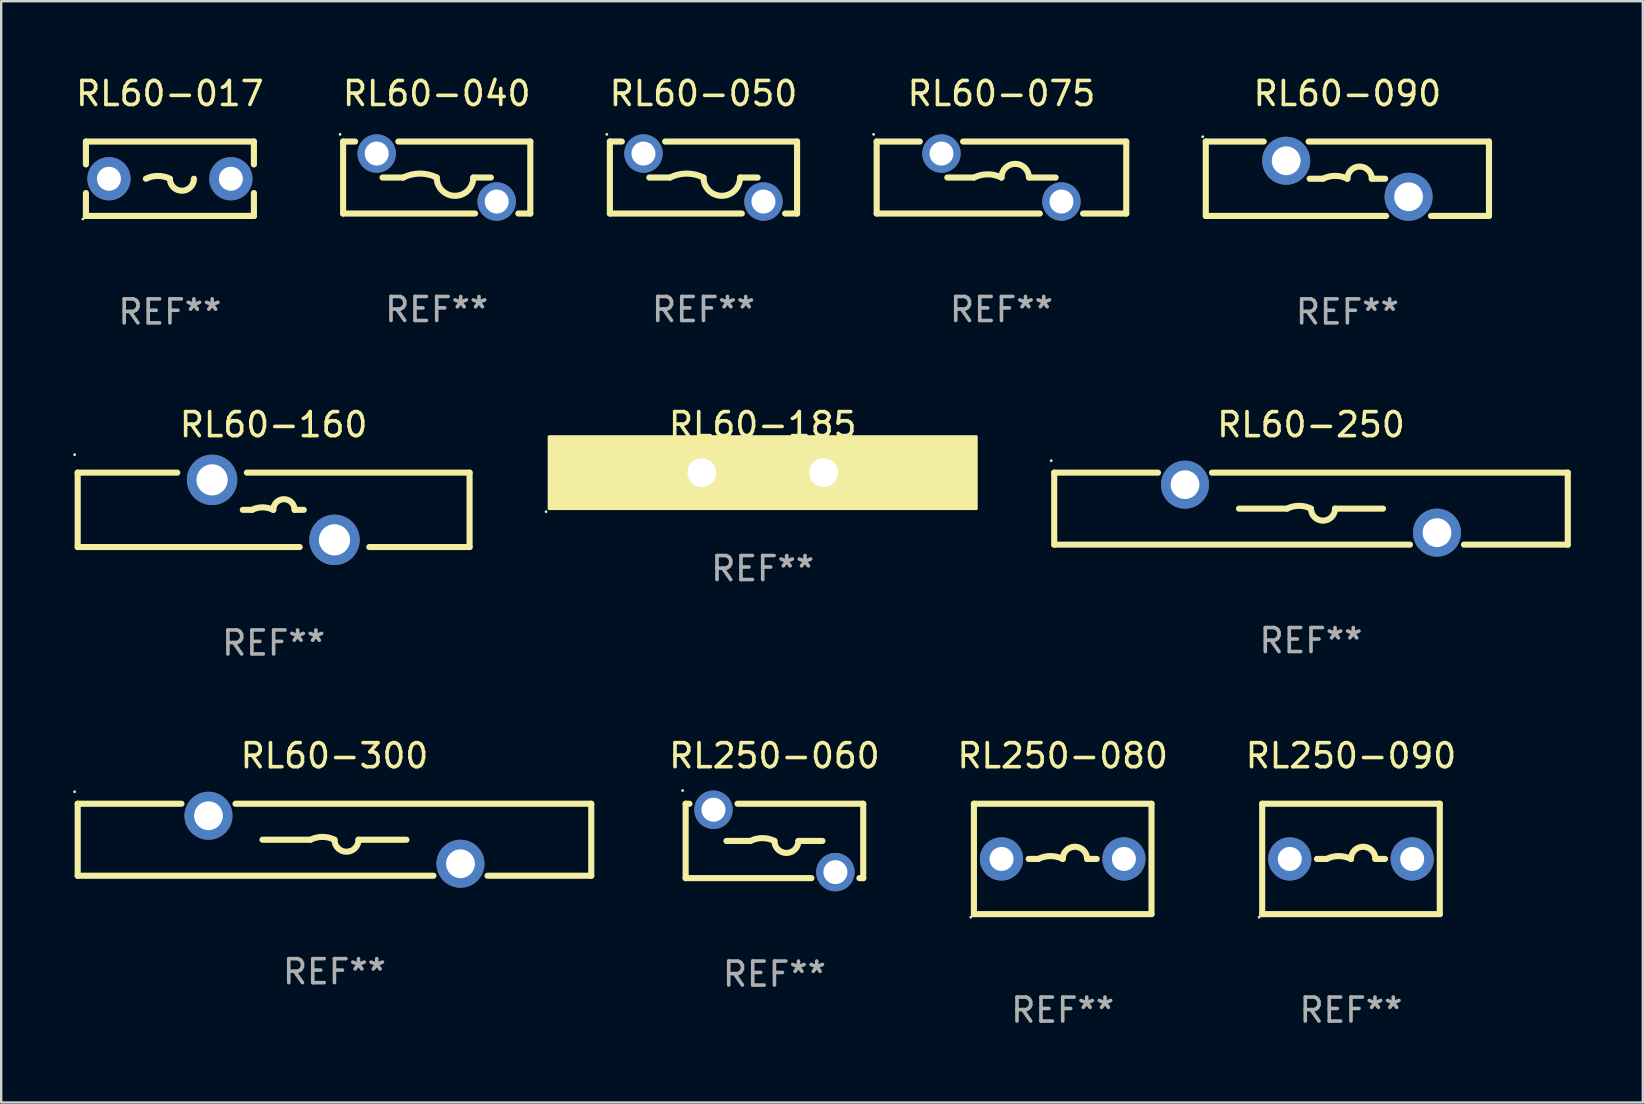
<source format=kicad_pcb>
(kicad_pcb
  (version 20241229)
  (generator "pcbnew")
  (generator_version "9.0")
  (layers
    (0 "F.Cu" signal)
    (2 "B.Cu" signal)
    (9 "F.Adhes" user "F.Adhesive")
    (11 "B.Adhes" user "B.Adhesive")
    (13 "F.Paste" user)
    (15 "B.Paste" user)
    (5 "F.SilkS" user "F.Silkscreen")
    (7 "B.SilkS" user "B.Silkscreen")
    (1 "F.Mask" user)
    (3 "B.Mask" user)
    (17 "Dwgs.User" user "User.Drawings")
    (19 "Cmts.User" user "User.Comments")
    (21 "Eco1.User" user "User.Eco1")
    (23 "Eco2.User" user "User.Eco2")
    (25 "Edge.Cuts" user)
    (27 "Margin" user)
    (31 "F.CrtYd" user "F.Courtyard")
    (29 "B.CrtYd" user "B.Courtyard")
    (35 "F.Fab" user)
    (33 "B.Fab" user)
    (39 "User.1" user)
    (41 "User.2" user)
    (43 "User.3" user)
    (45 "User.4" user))
  (footprint "RL250-080"
    (layer "F.Cu")
    (at 41.232 32.741)
    (property "Reference" "RL250-080" (at 0 -4.3 0) (layer "F.SilkS") (effects (font (size 1 1) (thickness 0.15))))
    (attr through_hole)
    (fp_line (start -3.7 -2.3) (end 3.7 -2.3) (stroke (width 0.254) (type solid)) (layer "F.SilkS"))
    (fp_line (start -3.7 2.3) (end -3.7 -2.3) (stroke (width 0.254) (type solid)) (layer "F.SilkS"))
    (fp_line (start -1.419 0) (end -1.016 0) (stroke (width 0.254) (type solid)) (layer "F.SilkS"))
    (fp_line (start 1.419 0) (end 1.016 0) (stroke (width 0.254) (type solid)) (layer "F.SilkS"))
    (fp_line (start 3.7 -2.3) (end 3.7 2.3) (stroke (width 0.254) (type solid)) (layer "F.SilkS"))
    (fp_line (start 3.7 2.3) (end -3.7 2.3) (stroke (width 0.254) (type solid)) (layer "F.SilkS"))
    (fp_arc (start -1.016002 0) (mid -0.508001 -0.119923) (end 0 0) (stroke (width 0.254001) (type solid)) (layer "F.SilkS"))
    (fp_arc (start 0 0) (mid 0.508001 -0.508001) (end 1.016002 0) (stroke (width 0.254001) (type solid)) (layer "F.SilkS"))
    (fp_circle (center -3.827 2.427) (end -3.797 2.427) (stroke (width 0.06) (type solid)) (fill no) (layer "F.SilkS"))
    (fp_text user "REF**" (at 0 6.3 0) (layer "F.Fab") (effects (font (size 1 1) (thickness 0.15))))
    (pad "1" thru_hole circle (at -2.55 0) (size 1.8 1.8) (drill 1) (layers "*.Cu" "*.Mask"))
    (pad "2" thru_hole circle (at 2.55 0) (size 1.8 1.8) (drill 1) (layers "*.Cu" "*.Mask")))
  (footprint "RL60-017"
    (layer "F.Cu")
    (at 4.03 4.398)
    (property "Reference" "RL60-017" (at 0 -3.55 0) (layer "F.SilkS") (effects (font (size 1 1) (thickness 0.15))))
    (attr through_hole)
    (fp_line (start -3.5 -1.55) (end -3.5 -0.596) (stroke (width 0.254) (type solid)) (layer "F.SilkS"))
    (fp_line (start -3.5 -1.55) (end 3.5 -1.55) (stroke (width 0.254) (type solid)) (layer "F.SilkS"))
    (fp_line (start -3.5 0.596) (end -3.5 1.55) (stroke (width 0.254) (type solid)) (layer "F.SilkS"))
    (fp_line (start 3.5 -1.55) (end 3.5 -0.596) (stroke (width 0.254) (type solid)) (layer "F.SilkS"))
    (fp_line (start 3.5 0.596) (end 3.5 1.55) (stroke (width 0.254) (type solid)) (layer "F.SilkS"))
    (fp_line (start 3.5 1.55) (end -3.5 1.55) (stroke (width 0.254) (type solid)) (layer "F.SilkS"))
    (fp_arc (start -1.000762 0) (mid -0.500381 -0.118151) (end 0 0) (stroke (width 0.254001) (type solid)) (layer "F.SilkS"))
    (fp_arc (start 1.000762 0) (mid 0.500381 0.500127) (end 0 0) (stroke (width 0.254001) (type solid)) (layer "F.SilkS"))
    (fp_circle (center -3.627 1.677) (end -3.597 1.677) (stroke (width 0.06) (type solid)) (fill no) (layer "F.SilkS"))
    (fp_text user "REF**" (at 0 5.55 0) (layer "F.Fab") (effects (font (size 1 1) (thickness 0.15))))
    (pad "1" thru_hole circle (at -2.54 0) (size 1.8 1.8) (drill 1) (layers "*.Cu" "*.Mask"))
    (pad "2" thru_hole circle (at 2.54 0) (size 1.8 1.8) (drill 1) (layers "*.Cu" "*.Mask")))
  (footprint "RL60-050"
    (layer "F.Cu")
    (at 26.263 4.348)
    (property "Reference" "RL60-050" (at 0 -3.5 0) (layer "F.SilkS") (effects (font (size 1 1) (thickness 0.15))))
    (attr through_hole)
    (fp_line (start -3.9 -1.5) (end -3.401 -1.5) (stroke (width 0.254) (type solid)) (layer "F.SilkS"))
    (fp_line (start -3.9 1.5) (end -3.9 -1.5) (stroke (width 0.254) (type solid)) (layer "F.SilkS"))
    (fp_line (start -3.9 1.5) (end 1.599 1.5) (stroke (width 0.254) (type solid)) (layer "F.SilkS"))
    (fp_line (start -2.257 0.000127) (end -1.397 0.000127) (stroke (width 0.254) (type solid)) (layer "F.SilkS"))
    (fp_line (start -1.599 -1.5) (end 3.9 -1.5) (stroke (width 0.254) (type solid)) (layer "F.SilkS"))
    (fp_line (start 2.257 0.000127) (end 1.524 0.000127) (stroke (width 0.254) (type solid)) (layer "F.SilkS"))
    (fp_line (start 3.401 1.5) (end 3.9 1.5) (stroke (width 0.254) (type solid)) (layer "F.SilkS"))
    (fp_line (start 3.9 -1.5) (end 3.9 1.5) (stroke (width 0.254) (type solid)) (layer "F.SilkS"))
    (fp_arc (start -1.397003 0.000127) (mid -0.698501 -0.164767) (end 0 0.000127) (stroke (width 0.254001) (type solid)) (layer "F.SilkS"))
    (fp_arc (start 1.524003 0.000127) (mid 0.762129 0.761443) (end 0.000635 -0.000253) (stroke (width 0.254001) (type solid)) (layer "F.SilkS"))
    (fp_circle (center -4.027 -1.8) (end -3.997 -1.8) (stroke (width 0.06) (type solid)) (fill no) (layer "F.SilkS"))
    (fp_text user "REF**" (at 0 5.5 0) (layer "F.Fab") (effects (font (size 1 1) (thickness 0.15))))
    (pad "1" thru_hole circle (at -2.5 -1) (size 1.6 1.6) (drill 1) (layers "*.Cu" "*.Mask"))
    (pad "2" thru_hole circle (at 2.5 1) (size 1.6 1.6) (drill 1) (layers "*.Cu" "*.Mask")))
  (footprint "RL60-300"
    (layer "F.Cu")
    (at 10.887 31.941)
    (property "Reference" "RL60-300" (at 0 -3.5 0) (layer "F.SilkS") (effects (font (size 1 1) (thickness 0.15))))
    (attr through_hole)
    (fp_line (start -10.7 -1.5) (end -6.375 -1.5) (stroke (width 0.254) (type solid)) (layer "F.SilkS"))
    (fp_line (start -10.7 1.5) (end -10.7 -1.5) (stroke (width 0.254) (type solid)) (layer "F.SilkS"))
    (fp_line (start -10.7 1.5) (end 4.125 1.5) (stroke (width 0.254) (type solid)) (layer "F.SilkS"))
    (fp_line (start -4.125 -1.5) (end 10.7 -1.5) (stroke (width 0.254) (type solid)) (layer "F.SilkS"))
    (fp_line (start -1 -0.000127) (end -3 -0.000127) (stroke (width 0.254) (type solid)) (layer "F.SilkS"))
    (fp_line (start 1 -0.000127) (end 3 -0.000127) (stroke (width 0.254) (type solid)) (layer "F.SilkS"))
    (fp_line (start 6.375 1.5) (end 10.7 1.5) (stroke (width 0.254) (type solid)) (layer "F.SilkS"))
    (fp_line (start 10.7 -1.5) (end 10.7 1.5) (stroke (width 0.254) (type solid)) (layer "F.SilkS"))
    (fp_arc (start -1 -0.000127) (mid -0.5 -0.118148) (end 0 -0.000127) (stroke (width 0.254001) (type solid)) (layer "F.SilkS"))
    (fp_arc (start 1.000762 -0.000127) (mid 0.500381 0.5) (end 0 -0.000127) (stroke (width 0.254001) (type solid)) (layer "F.SilkS"))
    (fp_circle (center -10.827 -2) (end -10.797 -2) (stroke (width 0.06) (type solid)) (fill no) (layer "F.SilkS"))
    (fp_text user "REF**" (at 0 5.5 0) (layer "F.Fab") (effects (font (size 1 1) (thickness 0.15))))
    (pad "1" thru_hole circle (at -5.25 -1) (size 2 2) (drill 1.2) (layers "*.Cu" "*.Mask"))
    (pad "2" thru_hole circle (at 5.25 1) (size 2 2) (drill 1.2) (layers "*.Cu" "*.Mask")))
  (footprint "RL60-075"
    (layer "F.Cu")
    (at 38.68 4.348)
    (property "Reference" "RL60-075" (at 0 -3.5 0) (layer "F.SilkS") (effects (font (size 1 1) (thickness 0.15))))
    (attr through_hole)
    (fp_line (start -5.2 -1.5) (end -3.401 -1.5) (stroke (width 0.254) (type solid)) (layer "F.SilkS"))
    (fp_line (start -5.2 1.5) (end -5.2 -1.5) (stroke (width 0.254) (type solid)) (layer "F.SilkS"))
    (fp_line (start -5.2 1.5) (end 1.599 1.5) (stroke (width 0.254) (type solid)) (layer "F.SilkS"))
    (fp_line (start -2.257 0.000127) (end -1.143 0.000127) (stroke (width 0.254) (type solid)) (layer "F.SilkS"))
    (fp_line (start -1.599 -1.5) (end 5.2 -1.5) (stroke (width 0.254) (type solid)) (layer "F.SilkS"))
    (fp_line (start 1.172 0.000127) (end 2.257 0.000127) (stroke (width 0.254) (type solid)) (layer "F.SilkS"))
    (fp_line (start 3.401 1.5) (end 5.2 1.5) (stroke (width 0.254) (type solid)) (layer "F.SilkS"))
    (fp_line (start 5.2 -1.5) (end 5.2 1.5) (stroke (width 0.254) (type solid)) (layer "F.SilkS"))
    (fp_arc (start -1.143002 0.000127) (mid -0.571501 -0.134786) (end 0 0.000127) (stroke (width 0.254001) (type solid)) (layer "F.SilkS"))
    (fp_arc (start 0 0.000127) (mid 0.571501 -0.571374) (end 1.143002 0.000127) (stroke (width 0.254001) (type solid)) (layer "F.SilkS"))
    (fp_circle (center -5.327 -1.8) (end -5.297 -1.8) (stroke (width 0.06) (type solid)) (fill no) (layer "F.SilkS"))
    (fp_text user "REF**" (at 0 5.5 0) (layer "F.Fab") (effects (font (size 1 1) (thickness 0.15))))
    (pad "1" thru_hole circle (at -2.5 -1) (size 1.6 1.6) (drill 1) (layers "*.Cu" "*.Mask"))
    (pad "2" thru_hole circle (at 2.5 1) (size 1.6 1.6) (drill 1) (layers "*.Cu" "*.Mask")))
  (footprint "RL60-250"
    (layer "F.Cu")
    (at 51.578 18.145)
    (property "Reference" "RL60-250" (at 0 -3.5 0) (layer "F.SilkS") (effects (font (size 1 1) (thickness 0.15))))
    (attr through_hole)
    (fp_line (start -10.7 -1.5) (end -6.375 -1.5) (stroke (width 0.254) (type solid)) (layer "F.SilkS"))
    (fp_line (start -10.7 1.5) (end -10.7 -1.5) (stroke (width 0.254) (type solid)) (layer "F.SilkS"))
    (fp_line (start -10.7 1.5) (end 4.125 1.5) (stroke (width 0.254) (type solid)) (layer "F.SilkS"))
    (fp_line (start -4.125 -1.5) (end 10.7 -1.5) (stroke (width 0.254) (type solid)) (layer "F.SilkS"))
    (fp_line (start -1 -0.000127) (end -3 -0.000127) (stroke (width 0.254) (type solid)) (layer "F.SilkS"))
    (fp_line (start 1 -0.000127) (end 3 -0.000127) (stroke (width 0.254) (type solid)) (layer "F.SilkS"))
    (fp_line (start 6.375 1.5) (end 10.7 1.5) (stroke (width 0.254) (type solid)) (layer "F.SilkS"))
    (fp_line (start 10.7 -1.5) (end 10.7 1.5) (stroke (width 0.254) (type solid)) (layer "F.SilkS"))
    (fp_arc (start -1 -0.000127) (mid -0.5 -0.118148) (end 0 -0.000127) (stroke (width 0.254001) (type solid)) (layer "F.SilkS"))
    (fp_arc (start 1.000762 -0.000127) (mid 0.500381 0.5) (end 0 -0.000127) (stroke (width 0.254001) (type solid)) (layer "F.SilkS"))
    (fp_circle (center -10.827 -2) (end -10.797 -2) (stroke (width 0.06) (type solid)) (fill no) (layer "F.SilkS"))
    (fp_text user "REF**" (at 0 5.5 0) (layer "F.Fab") (effects (font (size 1 1) (thickness 0.15))))
    (pad "1" thru_hole circle (at -5.25 -1) (size 2 2) (drill 1.2) (layers "*.Cu" "*.Mask"))
    (pad "2" thru_hole circle (at 5.25 1) (size 2 2) (drill 1.2) (layers "*.Cu" "*.Mask")))
  (footprint "RL250-090"
    (layer "F.Cu")
    (at 53.244 32.741)
    (property "Reference" "RL250-090" (at 0 -4.3 0) (layer "F.SilkS") (effects (font (size 1 1) (thickness 0.15))))
    (attr through_hole)
    (fp_line (start -3.7 -2.3) (end 3.7 -2.3) (stroke (width 0.254) (type solid)) (layer "F.SilkS"))
    (fp_line (start -3.7 2.3) (end -3.7 -2.3) (stroke (width 0.254) (type solid)) (layer "F.SilkS"))
    (fp_line (start -1.419 0) (end -1.016 0) (stroke (width 0.254) (type solid)) (layer "F.SilkS"))
    (fp_line (start 1.419 0) (end 1.016 0) (stroke (width 0.254) (type solid)) (layer "F.SilkS"))
    (fp_line (start 3.7 -2.3) (end 3.7 2.3) (stroke (width 0.254) (type solid)) (layer "F.SilkS"))
    (fp_line (start 3.7 2.3) (end -3.7 2.3) (stroke (width 0.254) (type solid)) (layer "F.SilkS"))
    (fp_arc (start -1.016002 0) (mid -0.508001 -0.119923) (end 0 0) (stroke (width 0.254001) (type solid)) (layer "F.SilkS"))
    (fp_arc (start 0 0) (mid 0.508001 -0.508001) (end 1.016002 0) (stroke (width 0.254001) (type solid)) (layer "F.SilkS"))
    (fp_circle (center -3.827 2.427) (end -3.797 2.427) (stroke (width 0.06) (type solid)) (fill no) (layer "F.SilkS"))
    (fp_text user "REF**" (at 0 6.3 0) (layer "F.Fab") (effects (font (size 1 1) (thickness 0.15))))
    (pad "1" thru_hole circle (at -2.55 0) (size 1.8 1.8) (drill 1) (layers "*.Cu" "*.Mask"))
    (pad "2" thru_hole circle (at 2.55 0) (size 1.8 1.8) (drill 1) (layers "*.Cu" "*.Mask")))
  (footprint "RL60-090"
    (layer "F.Cu")
    (at 53.094 4.398)
    (property "Reference" "RL60-090" (at 0 -3.55 0) (layer "F.SilkS") (effects (font (size 1 1) (thickness 0.15))))
    (attr through_hole)
    (fp_line (start -5.9 -1.55) (end -3.485 -1.55) (stroke (width 0.254) (type solid)) (layer "F.SilkS"))
    (fp_line (start -5.9 1.55) (end -5.9 -1.55) (stroke (width 0.254) (type solid)) (layer "F.SilkS"))
    (fp_line (start -5.9 1.55) (end 1.615 1.55) (stroke (width 0.254) (type solid)) (layer "F.SilkS"))
    (fp_line (start -1.615 -1.55) (end 5.9 -1.55) (stroke (width 0.254) (type solid)) (layer "F.SilkS"))
    (fp_line (start -1.574 0) (end -1.016 0) (stroke (width 0.254) (type solid)) (layer "F.SilkS"))
    (fp_line (start 1.574 0) (end 1.016 0) (stroke (width 0.254) (type solid)) (layer "F.SilkS"))
    (fp_line (start 3.485 1.55) (end 5.9 1.55) (stroke (width 0.254) (type solid)) (layer "F.SilkS"))
    (fp_line (start 5.9 -1.55) (end 5.9 1.55) (stroke (width 0.254) (type solid)) (layer "F.SilkS"))
    (fp_arc (start -1.016002 0) (mid -0.508001 -0.119923) (end 0 0) (stroke (width 0.254001) (type solid)) (layer "F.SilkS"))
    (fp_arc (start 0 0) (mid 0.508001 -0.508001) (end 1.016002 0) (stroke (width 0.254001) (type solid)) (layer "F.SilkS"))
    (fp_circle (center -6.027 -1.75) (end -5.997 -1.75) (stroke (width 0.06) (type solid)) (fill no) (layer "F.SilkS"))
    (fp_text user "REF**" (at 0 5.55 0) (layer "F.Fab") (effects (font (size 1 1) (thickness 0.15))))
    (pad "1" thru_hole circle (at -2.55 -0.75) (size 2 2) (drill 1.2) (layers "*.Cu" "*.Mask"))
    (pad "2" thru_hole circle (at 2.55 0.75) (size 2 2) (drill 1.2) (layers "*.Cu" "*.Mask")))
  (footprint "RL60-160"
    (layer "F.Cu")
    (at 8.352 18.195)
    (property "Reference" "RL60-160" (at 0 -3.55 0) (layer "F.SilkS") (effects (font (size 1 1) (thickness 0.15))))
    (attr through_hole)
    (fp_line (start -8.165 -1.55) (end -8.165 1.55) (stroke (width 0.254) (type solid)) (layer "F.SilkS"))
    (fp_line (start -8.165 -1.55) (end -4.015 -1.55) (stroke (width 0.254) (type solid)) (layer "F.SilkS"))
    (fp_line (start -8.165 1.55) (end 1.085 1.55) (stroke (width 0.254) (type solid)) (layer "F.SilkS"))
    (fp_line (start -1.285 0) (end -0.904 0) (stroke (width 0.254) (type solid)) (layer "F.SilkS"))
    (fp_line (start -1.115 -1.55) (end 8.165 -1.55) (stroke (width 0.254) (type solid)) (layer "F.SilkS"))
    (fp_line (start 1.255 0) (end 0.874 0) (stroke (width 0.254) (type solid)) (layer "F.SilkS"))
    (fp_line (start 3.985 1.55) (end 8.165 1.55) (stroke (width 0.254) (type solid)) (layer "F.SilkS"))
    (fp_line (start 8.165 -1.55) (end 8.165 1.55) (stroke (width 0.254) (type solid)) (layer "F.SilkS"))
    (fp_arc (start -0.904001 0) (mid -0.4595 -0.104932) (end -0.014999 0) (stroke (width 0.254001) (type solid)) (layer "F.SilkS"))
    (fp_arc (start -0.014999 0) (mid 0.429502 -0.444501) (end 0.874003 0) (stroke (width 0.254001) (type solid)) (layer "F.SilkS"))
    (fp_circle (center -8.292 -2.3) (end -8.262 -2.3) (stroke (width 0.06) (type solid)) (fill no) (layer "F.SilkS"))
    (fp_text user "REF**" (at 0 5.55 0) (layer "F.Fab") (effects (font (size 1 1) (thickness 0.15))))
    (pad "1" thru_hole circle (at -2.565 -1.25) (size 2.1 2.1) (drill 1.3) (layers "*.Cu" "*.Mask"))
    (pad "2" thru_hole circle (at 2.535 1.25) (size 2.1 2.1) (drill 1.3) (layers "*.Cu" "*.Mask")))
  (footprint "RL250-060"
    (layer "F.Cu")
    (at 29.22 31.991)
    (property "Reference" "RL250-060" (at 0 -3.55 0) (layer "F.SilkS") (effects (font (size 1 1) (thickness 0.15))))
    (attr through_hole)
    (fp_line (start -3.7 -1.55) (end -3.54 -1.55) (stroke (width 0.254) (type solid)) (layer "F.SilkS"))
    (fp_line (start -3.7 1.55) (end -3.7 -1.55) (stroke (width 0.254) (type solid)) (layer "F.SilkS"))
    (fp_line (start -3.7 1.55) (end 1.54 1.55) (stroke (width 0.254) (type solid)) (layer "F.SilkS"))
    (fp_line (start -1.54 -1.55) (end 3.7 -1.55) (stroke (width 0.254) (type solid)) (layer "F.SilkS"))
    (fp_line (start -1 0) (end -2 0) (stroke (width 0.254) (type solid)) (layer "F.SilkS"))
    (fp_line (start 1 0) (end 2 0) (stroke (width 0.254) (type solid)) (layer "F.SilkS"))
    (fp_line (start 3.54 1.55) (end 3.7 1.55) (stroke (width 0.254) (type solid)) (layer "F.SilkS"))
    (fp_line (start 3.7 -1.55) (end 3.7 1.55) (stroke (width 0.254) (type solid)) (layer "F.SilkS"))
    (fp_arc (start -1.000762 0) (mid -0.500381 -0.118151) (end 0 0) (stroke (width 0.254001) (type solid)) (layer "F.SilkS"))
    (fp_arc (start 1.000762 0) (mid 0.500381 0.500127) (end 0 0) (stroke (width 0.254001) (type solid)) (layer "F.SilkS"))
    (fp_circle (center -3.827 -2.1) (end -3.797 -2.1) (stroke (width 0.06) (type solid)) (fill no) (layer "F.SilkS"))
    (fp_text user "REF**" (at 0 5.55 0) (layer "F.Fab") (effects (font (size 1 1) (thickness 0.15))))
    (pad "1" thru_hole circle (at -2.54 -1.3) (size 1.6 1.6) (drill 1) (layers "*.Cu" "*.Mask"))
    (pad "2" thru_hole circle (at 2.54 1.3) (size 1.6 1.6) (drill 1) (layers "*.Cu" "*.Mask")))
  (footprint "RL60-040"
    (layer "F.Cu")
    (at 15.147 4.348)
    (property "Reference" "RL60-040" (at 0 -3.5 0) (layer "F.SilkS") (effects (font (size 1 1) (thickness 0.15))))
    (attr through_hole)
    (fp_line (start -3.9 -1.5) (end -3.401 -1.5) (stroke (width 0.254) (type solid)) (layer "F.SilkS"))
    (fp_line (start -3.9 1.5) (end -3.9 -1.5) (stroke (width 0.254) (type solid)) (layer "F.SilkS"))
    (fp_line (start -3.9 1.5) (end 1.599 1.5) (stroke (width 0.254) (type solid)) (layer "F.SilkS"))
    (fp_line (start -2.257 0.000127) (end -1.397 0.000127) (stroke (width 0.254) (type solid)) (layer "F.SilkS"))
    (fp_line (start -1.599 -1.5) (end 3.9 -1.5) (stroke (width 0.254) (type solid)) (layer "F.SilkS"))
    (fp_line (start 2.257 0.000127) (end 1.524 0.000127) (stroke (width 0.254) (type solid)) (layer "F.SilkS"))
    (fp_line (start 3.401 1.5) (end 3.9 1.5) (stroke (width 0.254) (type solid)) (layer "F.SilkS"))
    (fp_line (start 3.9 -1.5) (end 3.9 1.5) (stroke (width 0.254) (type solid)) (layer "F.SilkS"))
    (fp_arc (start -1.397003 0.000127) (mid -0.698501 -0.164767) (end 0 0.000127) (stroke (width 0.254001) (type solid)) (layer "F.SilkS"))
    (fp_arc (start 1.524003 0.000127) (mid 0.762129 0.761443) (end 0.000635 -0.000253) (stroke (width 0.254001) (type solid)) (layer "F.SilkS"))
    (fp_circle (center -4.027 -1.8) (end -3.997 -1.8) (stroke (width 0.06) (type solid)) (fill no) (layer "F.SilkS"))
    (fp_text user "REF**" (at 0 5.5 0) (layer "F.Fab") (effects (font (size 1 1) (thickness 0.15))))
    (pad "1" thru_hole circle (at -2.5 -1) (size 1.6 1.6) (drill 1) (layers "*.Cu" "*.Mask"))
    (pad "2" thru_hole circle (at 2.5 1) (size 1.6 1.6) (drill 1) (layers "*.Cu" "*.Mask")))
  (footprint "RL60-185"
    (layer "F.Cu")
    (at 28.731 16.645)
    (property "Reference" "RL60-185" (at 0 -2 0) (layer "F.SilkS") (effects (font (size 1 1) (thickness 0.15))))
    (attr through_hole)
    (fp_line (start -1 0) (end -2 0) (stroke (width 0.254) (type solid)) (layer "F.SilkS"))
    (fp_line (start 1 0) (end 2 0) (stroke (width 0.254) (type solid)) (layer "F.SilkS"))
    (fp_arc (start -1 0) (mid -0.5 -0.118021) (end 0 0) (stroke (width 0.254001) (type solid)) (layer "F.SilkS"))
    (fp_arc (start 1.000762 0) (mid 0.500381 0.500127) (end 0 0) (stroke (width 0.254001) (type solid)) (layer "F.SilkS"))
    (fp_circle (center -9.027 1.627) (end -8.997 1.627) (stroke (width 0.06) (type solid)) (fill no) (layer "F.SilkS"))
    (fp_poly (pts (xy -8.9 -1.5) (xy 8.9 -1.5) (xy 8.9 1.5) (xy -8.9 1.5)) (stroke (width 0.12) (type solid)) (fill yes) (layer "F.SilkS"))
    (fp_text user "REF**" (at 0 4 0) (layer "F.Fab") (effects (font (size 1 1) (thickness 0.15))))
    (pad "1" thru_hole circle (at -2.54 0) (size 2 2) (drill 1.2) (layers "*.Cu" "*.Mask"))
    (pad "2" thru_hole circle (at 2.54 0) (size 2 2) (drill 1.2) (layers "*.Cu" "*.Mask")))
  (gr_rect
    (start -3 -3)
    (end 65.405 42.89)
    (stroke (width 0.1) (type default))
    (fill no)
    (layer "Edge.Cuts")))
</source>
